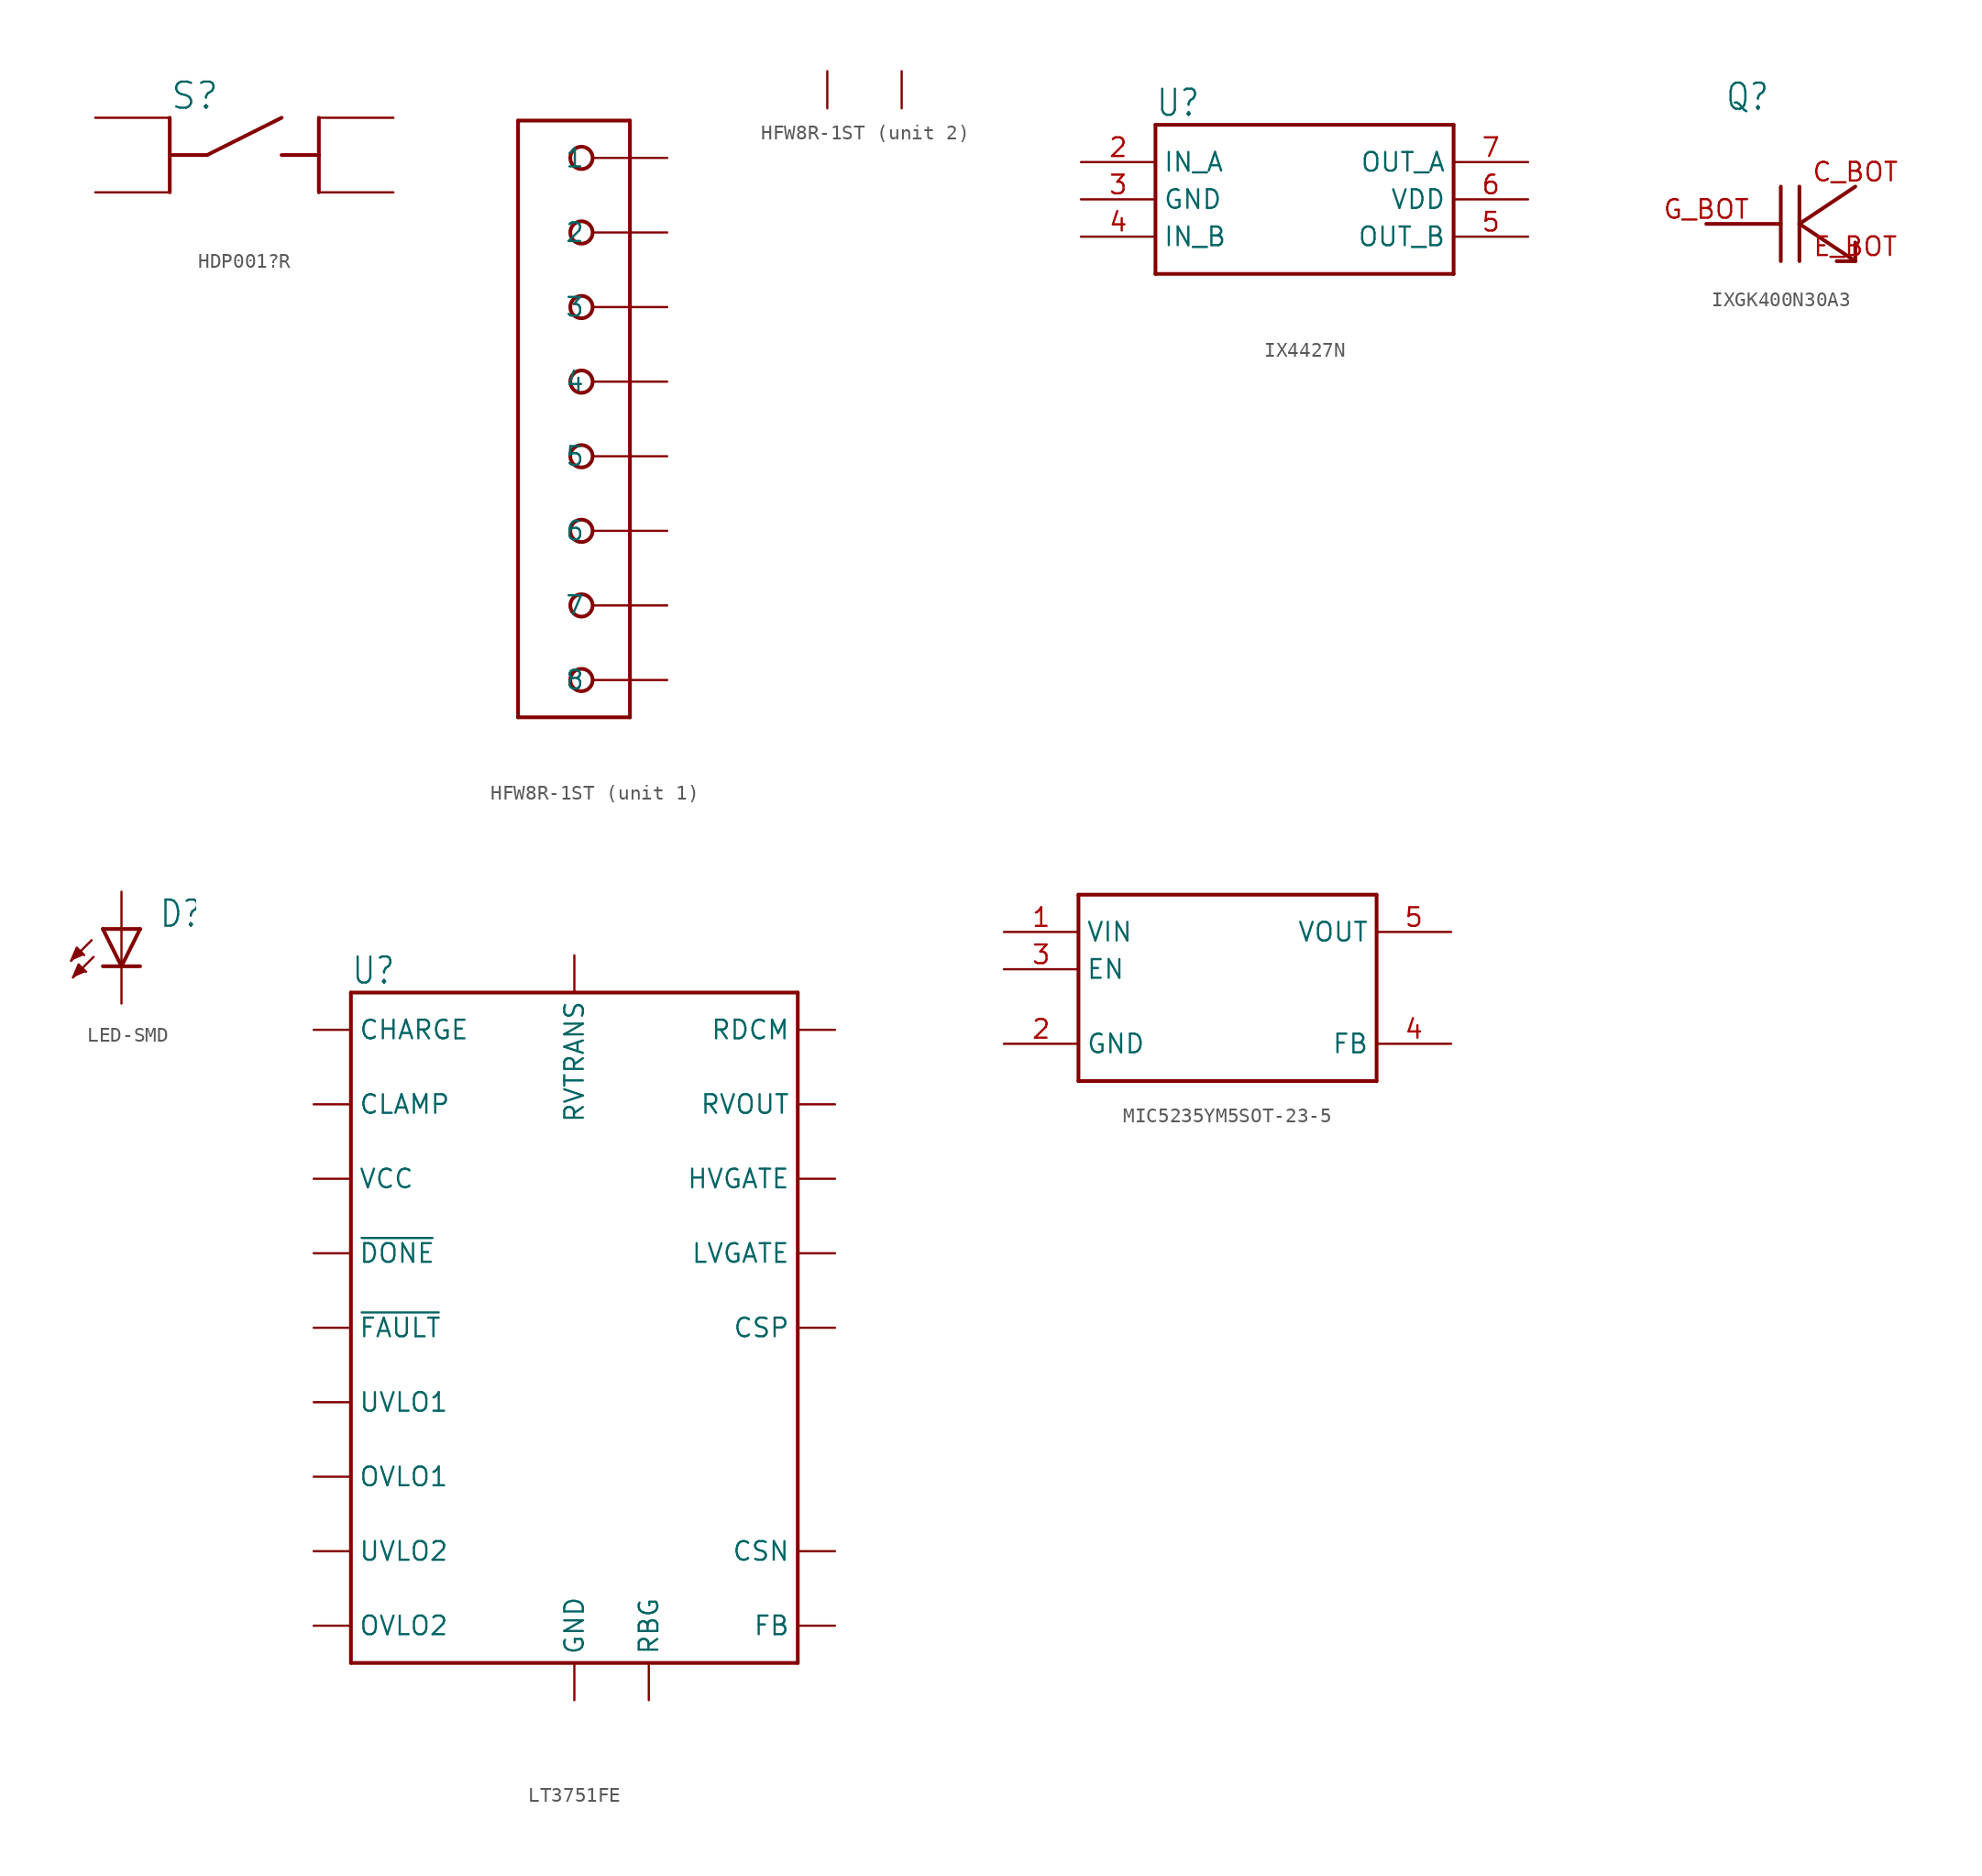
<source format=kicad_sym>
(kicad_symbol_lib
  (version 20220914)
  (generator kicad_symbol_editor)
  (symbol "HDP001?R"
    (property "Reference" "S"
      (at -5.08 5.08 0)
      (effects (font (size 1.778 1.778)) (justify left top)))
    (property "Value" ""
      (at -5.08 -5.08 0)
      (effects (font (size 1.778 1.778)) (justify left bottom)))
    (property "ki_locked" ""
      (at 0 0 0)
      (effects (font (size 1.27 1.27))))
    (symbol "HDP001?R_1_0"
      (polyline (pts (xy -5.08 -2.54) (xy -5.08 0)) (stroke (width 0.254) (type solid)) (fill (type none)))
      (polyline (pts (xy -5.08 0) (xy -2.54 0)) (stroke (width 0.254) (type solid)) (fill (type none)))
      (polyline (pts (xy -5.08 2.54) (xy -5.08 0)) (stroke (width 0.254) (type solid)) (fill (type none)))
      (polyline (pts (xy -2.54 0) (xy 2.54 2.54)) (stroke (width 0.254) (type solid)) (fill (type none)))
      (polyline (pts (xy 5.08 -2.54) (xy 5.08 0)) (stroke (width 0.254) (type solid)) (fill (type none)))
      (polyline (pts (xy 5.08 0) (xy 2.54 0)) (stroke (width 0.254) (type solid)) (fill (type none)))
      (polyline (pts (xy 5.08 2.54) (xy 5.08 0)) (stroke (width 0.254) (type solid)) (fill (type none)))
      (pin bidirectional line (at -10.16 2.54 0) (length 5.08) (name "A1" (effects (font (size 0 0)))) (number "A" (effects (font (size 0 0)))))
      (pin bidirectional line (at 10.16 2.54 180) (length 5.08) (name "B1" (effects (font (size 0 0)))) (number "B" (effects (font (size 0 0)))))
      (pin bidirectional line (at -10.16 -2.54 0) (length 5.08) (name "A2" (effects (font (size 0 0)))) (number "C" (effects (font (size 0 0)))))
      (pin bidirectional line (at 10.16 -2.54 180) (length 5.08) (name "B2" (effects (font (size 0 0)))) (number "D" (effects (font (size 0 0)))))))
  (symbol "HFW8R-1ST"
    (property "Reference" "J"
      (at -5.08 22.86 0)
      (effects (font (size 1.778 1.778)) (justify left top) hide))
    (property "ki_locked" ""
      (at 0 0 0)
      (effects (font (size 1.27 1.27))))
    (symbol "HFW8R-1ST_1_0"
      (circle (center -0.762 -17.78) (radius 0.762) (stroke (width 0.254) (type solid)) (fill (type none)))
      (circle (center -0.762 -12.7) (radius 0.762) (stroke (width 0.254) (type solid)) (fill (type none)))
      (circle (center -0.762 -7.62) (radius 0.762) (stroke (width 0.254) (type solid)) (fill (type none)))
      (circle (center -0.762 -2.54) (radius 0.762) (stroke (width 0.254) (type solid)) (fill (type none)))
      (circle (center -0.762 2.54) (radius 0.762) (stroke (width 0.254) (type solid)) (fill (type none)))
      (circle (center -0.762 7.62) (radius 0.762) (stroke (width 0.254) (type solid)) (fill (type none)))
      (circle (center -0.762 12.7) (radius 0.762) (stroke (width 0.254) (type solid)) (fill (type none)))
      (circle (center -0.762 17.78) (radius 0.762) (stroke (width 0.254) (type solid)) (fill (type none)))
      (polyline (pts (xy -5.08 -20.32) (xy 2.54 -20.32)) (stroke (width 0.254) (type solid)) (fill (type none)))
      (polyline (pts (xy -5.08 20.32) (xy -5.08 -20.32)) (stroke (width 0.254) (type solid)) (fill (type none)))
      (polyline (pts (xy 2.54 -20.32) (xy 2.54 20.32)) (stroke (width 0.254) (type solid)) (fill (type none)))
      (polyline (pts (xy 2.54 20.32) (xy -5.08 20.32)) (stroke (width 0.254) (type solid)) (fill (type none)))
      (pin passive line (at 5.08 17.78 180) (length 5.08) (name "1" (effects (font (size 1.27 1.27)))) (number "1" (effects (font (size 0 0)))))
      (pin passive line (at 5.08 12.7 180) (length 5.08) (name "2" (effects (font (size 1.27 1.27)))) (number "2" (effects (font (size 0 0)))))
      (pin passive line (at 5.08 7.62 180) (length 5.08) (name "3" (effects (font (size 1.27 1.27)))) (number "3" (effects (font (size 0 0)))))
      (pin passive line (at 5.08 2.54 180) (length 5.08) (name "4" (effects (font (size 1.27 1.27)))) (number "4" (effects (font (size 0 0)))))
      (pin passive line (at 5.08 -2.54 180) (length 5.08) (name "5" (effects (font (size 1.27 1.27)))) (number "5" (effects (font (size 0 0)))))
      (pin passive line (at 5.08 -7.62 180) (length 5.08) (name "6" (effects (font (size 1.27 1.27)))) (number "6" (effects (font (size 0 0)))))
      (pin passive line (at 5.08 -12.7 180) (length 5.08) (name "7" (effects (font (size 1.27 1.27)))) (number "7" (effects (font (size 0 0)))))
      (pin passive line (at 5.08 -17.78 180) (length 5.08) (name "8" (effects (font (size 1.27 1.27)))) (number "8" (effects (font (size 0 0))))))
    (symbol "HFW8R-1ST_2_0"
      (pin passive line (at -2.54 -2.54 90) (length 2.54) (name "LEG1" (effects (font (size 0 0)))) (number "LEG1" (effects (font (size 0 0)))))
      (pin passive line (at 2.54 -2.54 90) (length 2.54) (name "LEG2" (effects (font (size 0 0)))) (number "LEG2" (effects (font (size 0 0)))))))
  (symbol "IX4427N"
    (property "Reference" "U"
      (at -10.16 7.62 0)
      (effects (font (size 1.778 1.511)) (justify left top)))
    (property "Value" ""
      (at -10.16 -7.62 0)
      (effects (font (size 1.778 1.511)) (justify left bottom)))
    (property "ki_locked" ""
      (at 0 0 0)
      (effects (font (size 1.27 1.27))))
    (symbol "IX4427N_1_0"
      (polyline (pts (xy -10.16 -5.08) (xy -10.16 5.08)) (stroke (width 0.254) (type solid)) (fill (type none)))
      (polyline (pts (xy -10.16 5.08) (xy 10.16 5.08)) (stroke (width 0.254) (type solid)) (fill (type none)))
      (polyline (pts (xy 10.16 -5.08) (xy -10.16 -5.08)) (stroke (width 0.254) (type solid)) (fill (type none)))
      (polyline (pts (xy 10.16 5.08) (xy 10.16 -5.08)) (stroke (width 0.254) (type solid)) (fill (type none)))
      (pin bidirectional line (at -15.24 2.54 0) (length 5.08) (name "IN_A" (effects (font (size 1.27 1.27)))) (number "2" (effects (font (size 1.27 1.27)))))
      (pin bidirectional line (at -15.24 0 0) (length 5.08) (name "GND" (effects (font (size 1.27 1.27)))) (number "3" (effects (font (size 1.27 1.27)))))
      (pin bidirectional line (at -15.24 -2.54 0) (length 5.08) (name "IN_B" (effects (font (size 1.27 1.27)))) (number "4" (effects (font (size 1.27 1.27)))))
      (pin bidirectional line (at 15.24 -2.54 180) (length 5.08) (name "OUT_B" (effects (font (size 1.27 1.27)))) (number "5" (effects (font (size 1.27 1.27)))))
      (pin bidirectional line (at 15.24 0 180) (length 5.08) (name "VDD" (effects (font (size 1.27 1.27)))) (number "6" (effects (font (size 1.27 1.27)))))
      (pin bidirectional line (at 15.24 2.54 180) (length 5.08) (name "OUT_A" (effects (font (size 1.27 1.27)))) (number "7" (effects (font (size 1.27 1.27)))))))
  (symbol "IXGK400N30A3"
    (property "Reference" "Q"
      (at -3.81 7.62 0)
      (effects (font (size 1.778 1.511)) (justify left bottom)))
    (property "Value" ""
      (at -3.81 5.08 0)
      (effects (font (size 1.778 1.511)) (justify left bottom)))
    (property "ki_locked" ""
      (at 0 0 0)
      (effects (font (size 1.27 1.27))))
    (symbol "IXGK400N30A3_1_0"
      (polyline (pts (xy -5.08 0) (xy 0 0)) (stroke (width 0.254) (type solid)) (fill (type none)))
      (polyline (pts (xy 0 2.54) (xy 0 -2.54)) (stroke (width 0.254) (type solid)) (fill (type none)))
      (polyline (pts (xy 1.27 0) (xy 1.27 -2.54)) (stroke (width 0.254) (type solid)) (fill (type none)))
      (polyline (pts (xy 1.27 0) (xy 5.08 -2.54)) (stroke (width 0.254) (type solid)) (fill (type none)))
      (polyline (pts (xy 1.27 2.54) (xy 1.27 0)) (stroke (width 0.254) (type solid)) (fill (type none)))
      (polyline (pts (xy 5.08 -2.54) (xy 3.81 -2.54)) (stroke (width 0.254) (type solid)) (fill (type none)))
      (polyline (pts (xy 5.08 -2.54) (xy 5.08 -1.27)) (stroke (width 0.254) (type solid)) (fill (type none)))
      (polyline (pts (xy 5.08 2.54) (xy 1.27 0)) (stroke (width 0.254) (type solid)) (fill (type none)))
      (pin bidirectional line (at 5.08 2.54 180) (length 0) (name "C" (effects (font (size 0 0)))) (number "C_BOT" (effects (font (size 1.27 1.27)))))
      (pin bidirectional line (at 5.08 -2.54 180) (length 0) (name "E" (effects (font (size 0 0)))) (number "E_BOT" (effects (font (size 1.27 1.27)))))
      (pin bidirectional line (at -5.08 0 180) (length 0) (name "G" (effects (font (size 0 0)))) (number "G_BOT" (effects (font (size 1.27 1.27)))))))
  (symbol "LED-SMD"
    (property "Reference" "D"
      (at 2.54 2.54 0)
      (effects (font (size 1.778 1.511)) (justify left bottom)))
    (property "Value" ""
      (at 2.54 0 0)
      (effects (font (size 1.778 1.511)) (justify left bottom)))
    (property "ki_locked" ""
      (at 0 0 0)
      (effects (font (size 1.27 1.27))))
    (symbol "LED-SMD_1_0"
      (polyline (pts (xy -2.032 1.778) (xy -3.429 0.381)) (stroke (width 0.152) (type solid)) (fill (type none)))
      (polyline (pts (xy -1.905 0.635) (xy -3.302 -0.762)) (stroke (width 0.152) (type solid)) (fill (type none)))
      (polyline (pts (xy 0 0) (xy -1.27 0)) (stroke (width 0.254) (type solid)) (fill (type none)))
      (polyline (pts (xy 0 0) (xy -1.27 2.54)) (stroke (width 0.254) (type solid)) (fill (type none)))
      (polyline (pts (xy 0 2.54) (xy -1.27 2.54)) (stroke (width 0.254) (type solid)) (fill (type none)))
      (polyline (pts (xy 0 2.54) (xy 0 0)) (stroke (width 0.152) (type solid)) (fill (type none)))
      (polyline (pts (xy 1.27 0) (xy 0 0)) (stroke (width 0.254) (type solid)) (fill (type none)))
      (polyline (pts (xy 1.27 2.54) (xy 0 0)) (stroke (width 0.254) (type solid)) (fill (type none)))
      (polyline (pts (xy 1.27 2.54) (xy 0 2.54)) (stroke (width 0.254) (type solid)) (fill (type none)))
      (polyline (pts (xy -3.429 0.381) (xy -3.048 1.27) (xy -2.54 0.762)) (stroke (width 0.152) (type solid)) (fill (type outline)))
      (polyline (pts (xy -3.302 -0.762) (xy -2.921 0.127) (xy -2.413 -0.381)) (stroke (width 0.152) (type solid)) (fill (type outline)))
      (pin passive line (at 0 5.08 270) (length 2.54) (name "A" (effects (font (size 0 0)))) (number "A" (effects (font (size 0 0)))))
      (pin passive line (at 0 -2.54 90) (length 2.54) (name "K" (effects (font (size 0 0)))) (number "C" (effects (font (size 0 0)))))))
  (symbol "LT3751FE"
    (property "Reference" "U"
      (at -15.24 25.4 0)
      (effects (font (size 1.778 1.511)) (justify left top)))
    (property "Value" ""
      (at -15.24 -25.4 0)
      (effects (font (size 1.778 1.511)) (justify left bottom)))
    (property "ki_locked" ""
      (at 0 0 0)
      (effects (font (size 1.27 1.27))))
    (symbol "LT3751FE_1_0"
      (polyline (pts (xy -15.24 -22.86) (xy -15.24 22.86)) (stroke (width 0.254) (type solid)) (fill (type none)))
      (polyline (pts (xy -15.24 22.86) (xy 15.24 22.86)) (stroke (width 0.254) (type solid)) (fill (type none)))
      (polyline (pts (xy 15.24 -22.86) (xy -15.24 -22.86)) (stroke (width 0.254) (type solid)) (fill (type none)))
      (polyline (pts (xy 15.24 22.86) (xy 15.24 -22.86)) (stroke (width 0.254) (type solid)) (fill (type none)))
      (pin bidirectional line (at 0 25.4 270) (length 2.54) (name "RVTRANS" (effects (font (size 1.27 1.27)))) (number "1" (effects (font (size 0 0)))))
      (pin bidirectional line (at 17.78 -20.32 180) (length 2.54) (name "FB" (effects (font (size 1.27 1.27)))) (number "10" (effects (font (size 0 0)))))
      (pin bidirectional line (at 17.78 -15.24 180) (length 2.54) (name "CSN" (effects (font (size 1.27 1.27)))) (number "11" (effects (font (size 0 0)))))
      (pin bidirectional line (at 17.78 0 180) (length 2.54) (name "CSP" (effects (font (size 1.27 1.27)))) (number "12" (effects (font (size 0 0)))))
      (pin bidirectional line (at -17.78 10.16 0) (length 2.54) (name "VCC" (effects (font (size 1.27 1.27)))) (number "13" (effects (font (size 0 0)))))
      (pin bidirectional line (at 17.78 5.08 180) (length 2.54) (name "LVGATE" (effects (font (size 1.27 1.27)))) (number "14" (effects (font (size 0 0)))))
      (pin bidirectional line (at 17.78 10.16 180) (length 2.54) (name "HVGATE" (effects (font (size 1.27 1.27)))) (number "15" (effects (font (size 0 0)))))
      (pin bidirectional line (at 5.08 -25.4 90) (length 2.54) (name "RBG" (effects (font (size 1.27 1.27)))) (number "16" (effects (font (size 0 0)))))
      (pin bidirectional line (at 17.78 15.24 180) (length 2.54) (name "RVOUT" (effects (font (size 1.27 1.27)))) (number "18" (effects (font (size 0 0)))))
      (pin bidirectional line (at -17.78 -5.08 0) (length 2.54) (name "UVLO1" (effects (font (size 1.27 1.27)))) (number "2" (effects (font (size 0 0)))))
      (pin bidirectional line (at 17.78 20.32 180) (length 2.54) (name "RDCM" (effects (font (size 1.27 1.27)))) (number "20" (effects (font (size 0 0)))))
      (pin bidirectional line (at -17.78 -10.16 0) (length 2.54) (name "OVLO1" (effects (font (size 1.27 1.27)))) (number "3" (effects (font (size 0 0)))))
      (pin bidirectional line (at -17.78 -15.24 0) (length 2.54) (name "UVLO2" (effects (font (size 1.27 1.27)))) (number "4" (effects (font (size 0 0)))))
      (pin bidirectional line (at -17.78 -20.32 0) (length 2.54) (name "OVLO2" (effects (font (size 1.27 1.27)))) (number "5" (effects (font (size 0 0)))))
      (pin bidirectional line (at -17.78 0 0) (length 2.54) (name "~{FAULT}" (effects (font (size 1.27 1.27)))) (number "6" (effects (font (size 0 0)))))
      (pin bidirectional line (at -17.78 5.08 0) (length 2.54) (name "~{DONE}" (effects (font (size 1.27 1.27)))) (number "7" (effects (font (size 0 0)))))
      (pin bidirectional line (at -17.78 20.32 0) (length 2.54) (name "CHARGE" (effects (font (size 1.27 1.27)))) (number "8" (effects (font (size 0 0)))))
      (pin bidirectional line (at -17.78 15.24 0) (length 2.54) (name "CLAMP" (effects (font (size 1.27 1.27)))) (number "9" (effects (font (size 0 0)))))
      (pin bidirectional line (at 0 -25.4 90) (length 2.54) (name "GND" (effects (font (size 1.27 1.27)))) (number "PAD" (effects (font (size 0 0)))))))
  (symbol "MIC5235YM5SOT-23-5"
    (property "Reference" "U"
      (at 0 0 0)
      (effects (font (size 1.27 1.27)) hide))
    (property "ki_locked" ""
      (at 0 0 0)
      (effects (font (size 1.27 1.27))))
    (symbol "MIC5235YM5SOT-23-5_1_0"
      (polyline (pts (xy -10.16 -5.08) (xy -10.16 7.62)) (stroke (width 0.254) (type solid)) (fill (type none)))
      (polyline (pts (xy -10.16 -5.08) (xy 10.16 -5.08)) (stroke (width 0.254) (type solid)) (fill (type none)))
      (polyline (pts (xy 10.16 -5.08) (xy 10.16 7.62)) (stroke (width 0.254) (type solid)) (fill (type none)))
      (polyline (pts (xy 10.16 7.62) (xy -10.16 7.62)) (stroke (width 0.254) (type solid)) (fill (type none)))
      (pin bidirectional line (at -15.24 5.08 0) (length 5.08) (name "VIN" (effects (font (size 1.27 1.27)))) (number "1" (effects (font (size 1.27 1.27)))))
      (pin bidirectional line (at -15.24 -2.54 0) (length 5.08) (name "GND" (effects (font (size 1.27 1.27)))) (number "2" (effects (font (size 1.27 1.27)))))
      (pin bidirectional line (at -15.24 2.54 0) (length 5.08) (name "EN" (effects (font (size 1.27 1.27)))) (number "3" (effects (font (size 1.27 1.27)))))
      (pin bidirectional line (at 15.24 -2.54 180) (length 5.08) (name "FB" (effects (font (size 1.27 1.27)))) (number "4" (effects (font (size 1.27 1.27)))))
      (pin bidirectional line (at 15.24 5.08 180) (length 5.08) (name "VOUT" (effects (font (size 1.27 1.27)))) (number "5" (effects (font (size 1.27 1.27))))))))
</source>
